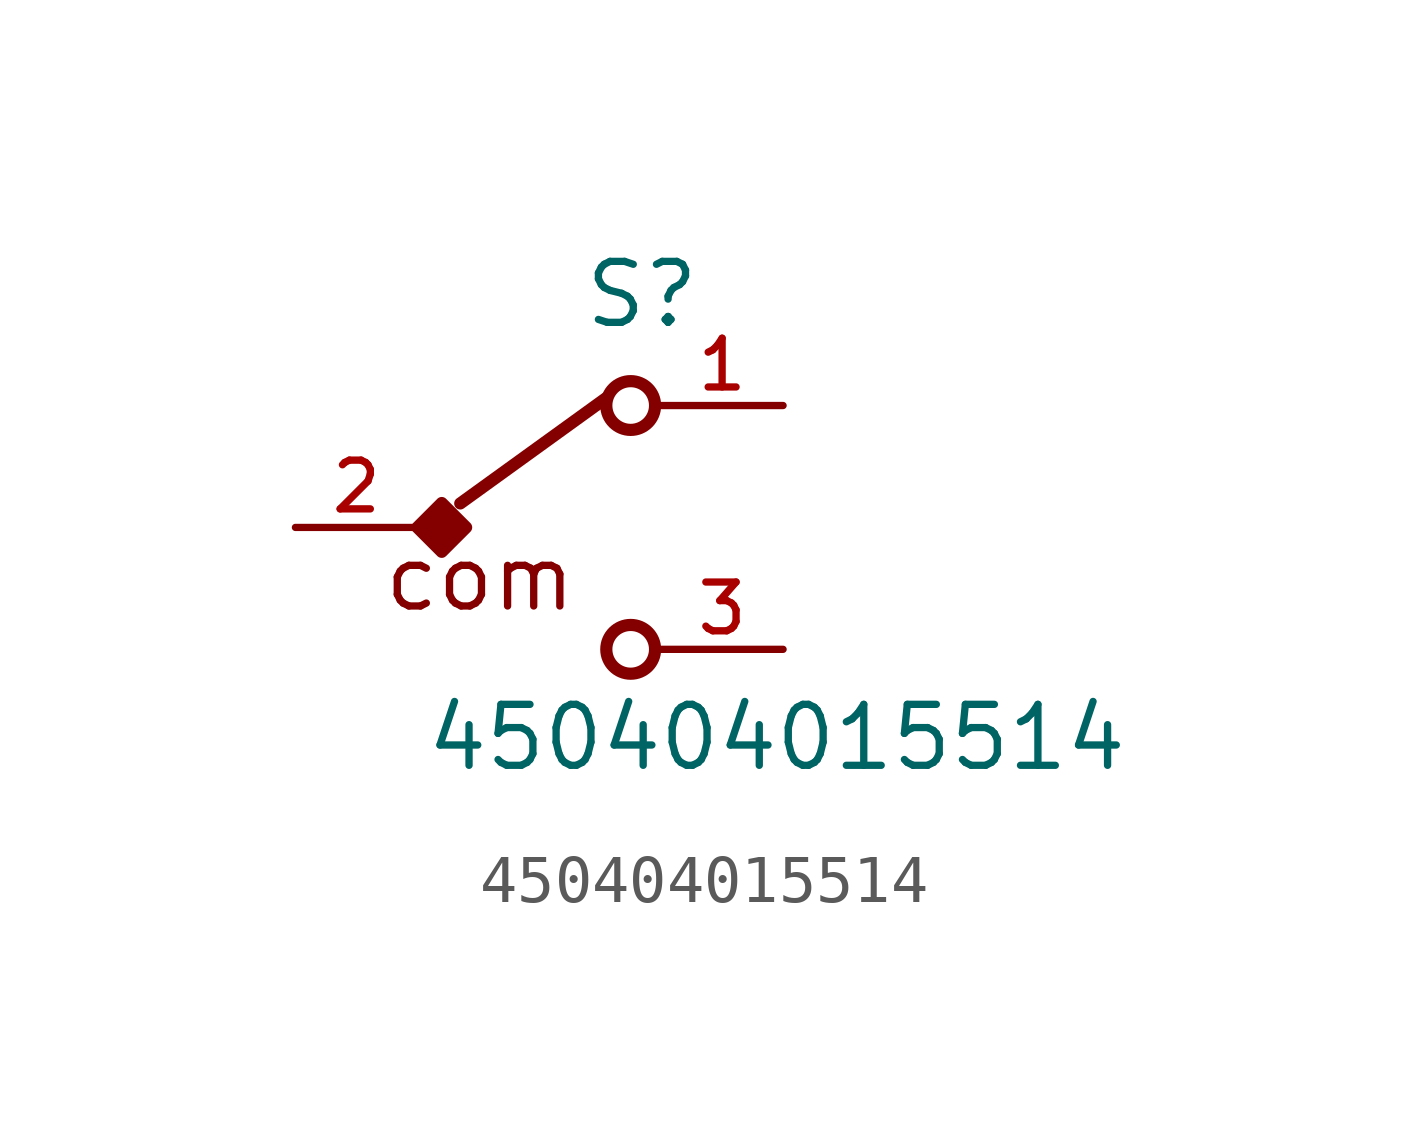
<source format=kicad_sym>
(kicad_symbol_lib
  (version 20241209)
  (generator "kicad_symbol_editor")
  (generator_version "9.0")
  (symbol "450404015514"
    (pin_names
      (offset 1.016))
    (property "Reference" "S"
      (at 2.14 4.11 0)
      (effects (font (size 1.27 1.27)) (justify bottom)))
    (property "Value" "450404015514"
      (at -2.41 -5.12 0)
      (effects (font (size 1.27 1.27)) (justify left bottom)))
    (symbol "450404015514_0_0"
      (polyline (pts (xy -2.032 -0.508) (xy -2.54 0) (xy -2.032 0.508) (xy -1.524 0) (xy -2.032 -0.508)) (stroke (width 0.254) (type default)) (fill (type outline)))
      (polyline (pts (xy -1.646 0.5) (xy 1.4 2.7)) (stroke (width 0.254) (type default)) (fill (type none)))
      (circle (center 1.905 2.54) (radius 0.508) (stroke (width 0.254) (type default)) (fill (type none)))
      (circle (center 1.905 -2.54) (radius 0.508) (stroke (width 0.254) (type default)) (fill (type none)))
      (text "com" (at -3.3 -1.8 0) (effects (font (size 1.27 1.27)) (justify left bottom)))
      (pin passive line (at -5.08 0 0) (length 2.54) (name "~" (effects (font (size 1.016 1.016)))) (number "2" (effects (font (size 1.016 1.016)))))
      (pin passive line (at 5.08 2.54 180) (length 2.54) (name "~" (effects (font (size 1.016 1.016)))) (number "1" (effects (font (size 1.016 1.016)))))
      (pin passive line (at 5.08 -2.54 180) (length 2.54) (name "~" (effects (font (size 1.016 1.016)))) (number "3" (effects (font (size 1.016 1.016))))))))
</source>
